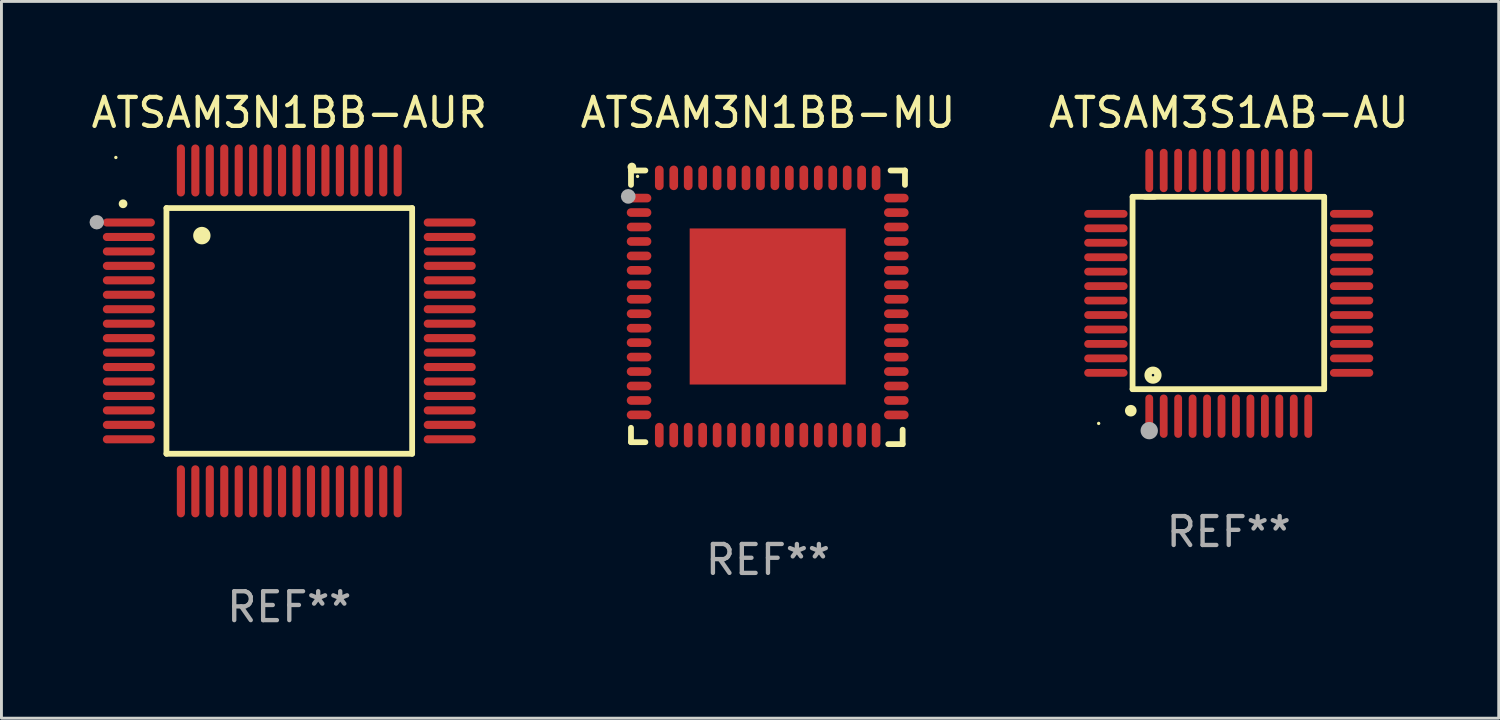
<source format=kicad_pcb>
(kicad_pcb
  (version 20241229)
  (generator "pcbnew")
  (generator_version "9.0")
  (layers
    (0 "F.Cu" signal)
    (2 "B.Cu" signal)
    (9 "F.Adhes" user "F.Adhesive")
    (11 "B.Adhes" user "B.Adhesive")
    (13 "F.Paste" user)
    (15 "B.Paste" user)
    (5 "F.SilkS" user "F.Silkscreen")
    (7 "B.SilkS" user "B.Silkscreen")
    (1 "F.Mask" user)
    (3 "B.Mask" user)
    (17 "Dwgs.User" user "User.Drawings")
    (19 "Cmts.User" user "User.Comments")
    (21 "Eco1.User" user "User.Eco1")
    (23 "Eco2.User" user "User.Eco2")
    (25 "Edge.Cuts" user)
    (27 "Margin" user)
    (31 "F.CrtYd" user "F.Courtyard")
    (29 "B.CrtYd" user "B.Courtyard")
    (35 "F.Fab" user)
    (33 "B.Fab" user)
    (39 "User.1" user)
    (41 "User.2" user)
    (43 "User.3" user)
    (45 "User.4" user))
  (footprint "ATSAM3N1BB-MU"
    (layer "F.Cu")
    (at 23.518 7.581)
    (property "Reference" "ATSAM3N1BB-MU" (at 0 -6.733 0) (layer "F.SilkS") (effects (font (size 1 1) (thickness 0.15))))
    (attr through_hole)
    (fp_line (start -4.739 -4.733) (end -4.241 -4.733) (stroke (width 0.2) (type solid)) (layer "F.SilkS"))
    (fp_line (start -4.739 -4.235) (end -4.739 -4.733) (stroke (width 0.2) (type solid)) (layer "F.SilkS"))
    (fp_line (start -4.739 4.168) (end -4.739 4.665) (stroke (width 0.2) (type solid)) (layer "F.SilkS"))
    (fp_line (start -4.739 4.665) (end -4.241 4.665) (stroke (width 0.2) (type solid)) (layer "F.SilkS"))
    (fp_line (start 4.161 4.733) (end 4.659 4.733) (stroke (width 0.2) (type solid)) (layer "F.SilkS"))
    (fp_line (start 4.241 -4.733) (end 4.739 -4.733) (stroke (width 0.2) (type solid)) (layer "F.SilkS"))
    (fp_line (start 4.659 4.733) (end 4.659 4.235) (stroke (width 0.2) (type solid)) (layer "F.SilkS"))
    (fp_line (start 4.739 -4.733) (end 4.739 -4.235) (stroke (width 0.2) (type solid)) (layer "F.SilkS"))
    (fp_arc (start -4.708623 -4.85108) (mid -4.708628 -4.85235) (end -4.708623 -4.85362) (stroke (width 0.3) (type solid)) (layer "F.SilkS"))
    (fp_circle (center -4.511 -4.529) (end -4.481 -4.529) (stroke (width 0.06) (type solid)) (fill no) (layer "F.SilkS"))
    (fp_circle (center -4.835 -3.838) (end -4.708 -3.838) (stroke (width 0.254) (type solid)) (fill no) (layer "F.Fab"))
    (fp_text user "REF**" (at 0 8.733 0) (layer "F.Fab") (effects (font (size 1 1) (thickness 0.15))))
    (pad "1" smd oval (at -4.46 -3.778) (size 0.85 0.3) (layers "F.Cu" "F.Mask" "F.Paste"))
    (pad "2" smd oval (at -4.46 -3.278) (size 0.85 0.3) (layers "F.Cu" "F.Mask" "F.Paste"))
    (pad "3" smd oval (at -4.46 -2.778) (size 0.85 0.3) (layers "F.Cu" "F.Mask" "F.Paste"))
    (pad "4" smd oval (at -4.46 -2.278) (size 0.85 0.3) (layers "F.Cu" "F.Mask" "F.Paste"))
    (pad "5" smd oval (at -4.46 -1.778) (size 0.85 0.3) (layers "F.Cu" "F.Mask" "F.Paste"))
    (pad "6" smd oval (at -4.46 -1.278) (size 0.85 0.3) (layers "F.Cu" "F.Mask" "F.Paste"))
    (pad "7" smd oval (at -4.46 -0.778) (size 0.85 0.3) (layers "F.Cu" "F.Mask" "F.Paste"))
    (pad "8" smd oval (at -4.46 -0.278) (size 0.85 0.3) (layers "F.Cu" "F.Mask" "F.Paste"))
    (pad "9" smd oval (at -4.46 0.222) (size 0.85 0.3) (layers "F.Cu" "F.Mask" "F.Paste"))
    (pad "10" smd oval (at -4.46 0.722) (size 0.85 0.3) (layers "F.Cu" "F.Mask" "F.Paste"))
    (pad "11" smd oval (at -4.46 1.222) (size 0.85 0.3) (layers "F.Cu" "F.Mask" "F.Paste"))
    (pad "12" smd oval (at -4.46 1.722) (size 0.85 0.3) (layers "F.Cu" "F.Mask" "F.Paste"))
    (pad "13" smd oval (at -4.46 2.222) (size 0.85 0.3) (layers "F.Cu" "F.Mask" "F.Paste"))
    (pad "14" smd oval (at -4.46 2.722) (size 0.85 0.3) (layers "F.Cu" "F.Mask" "F.Paste"))
    (pad "15" smd oval (at -4.46 3.222) (size 0.85 0.3) (layers "F.Cu" "F.Mask" "F.Paste"))
    (pad "16" smd oval (at -4.46 3.722) (size 0.85 0.3) (layers "F.Cu" "F.Mask" "F.Paste"))
    (pad "17" smd oval (at -3.76 4.422) (size 0.3 0.85) (layers "F.Cu" "F.Mask" "F.Paste"))
    (pad "18" smd oval (at -3.26 4.422) (size 0.3 0.85) (layers "F.Cu" "F.Mask" "F.Paste"))
    (pad "19" smd oval (at -2.76 4.422) (size 0.3 0.85) (layers "F.Cu" "F.Mask" "F.Paste"))
    (pad "20" smd oval (at -2.26 4.422) (size 0.3 0.85) (layers "F.Cu" "F.Mask" "F.Paste"))
    (pad "21" smd oval (at -1.76 4.422) (size 0.3 0.85) (layers "F.Cu" "F.Mask" "F.Paste"))
    (pad "22" smd oval (at -1.26 4.422) (size 0.3 0.85) (layers "F.Cu" "F.Mask" "F.Paste"))
    (pad "23" smd oval (at -0.76 4.422) (size 0.3 0.85) (layers "F.Cu" "F.Mask" "F.Paste"))
    (pad "24" smd oval (at -0.26 4.422) (size 0.3 0.85) (layers "F.Cu" "F.Mask" "F.Paste"))
    (pad "25" smd oval (at 0.24 4.422) (size 0.3 0.85) (layers "F.Cu" "F.Mask" "F.Paste"))
    (pad "26" smd oval (at 0.74 4.422) (size 0.3 0.85) (layers "F.Cu" "F.Mask" "F.Paste"))
    (pad "27" smd oval (at 1.24 4.422) (size 0.3 0.85) (layers "F.Cu" "F.Mask" "F.Paste"))
    (pad "28" smd oval (at 1.74 4.422) (size 0.3 0.85) (layers "F.Cu" "F.Mask" "F.Paste"))
    (pad "29" smd oval (at 2.24 4.422) (size 0.3 0.85) (layers "F.Cu" "F.Mask" "F.Paste"))
    (pad "30" smd oval (at 2.74 4.422) (size 0.3 0.85) (layers "F.Cu" "F.Mask" "F.Paste"))
    (pad "31" smd oval (at 3.24 4.422) (size 0.3 0.85) (layers "F.Cu" "F.Mask" "F.Paste"))
    (pad "32" smd oval (at 3.74 4.422) (size 0.3 0.85) (layers "F.Cu" "F.Mask" "F.Paste"))
    (pad "33" smd oval (at 4.44 3.723) (size 0.85 0.3) (layers "F.Cu" "F.Mask" "F.Paste"))
    (pad "34" smd oval (at 4.44 3.222) (size 0.85 0.3) (layers "F.Cu" "F.Mask" "F.Paste"))
    (pad "35" smd oval (at 4.44 2.723) (size 0.85 0.3) (layers "F.Cu" "F.Mask" "F.Paste"))
    (pad "36" smd oval (at 4.44 2.222) (size 0.85 0.3) (layers "F.Cu" "F.Mask" "F.Paste"))
    (pad "37" smd oval (at 4.44 1.723) (size 0.85 0.3) (layers "F.Cu" "F.Mask" "F.Paste"))
    (pad "38" smd oval (at 4.44 1.222) (size 0.85 0.3) (layers "F.Cu" "F.Mask" "F.Paste"))
    (pad "39" smd oval (at 4.44 0.723) (size 0.85 0.3) (layers "F.Cu" "F.Mask" "F.Paste"))
    (pad "40" smd oval (at 4.44 0.222) (size 0.85 0.3) (layers "F.Cu" "F.Mask" "F.Paste"))
    (pad "41" smd oval (at 4.44 -0.277) (size 0.85 0.3) (layers "F.Cu" "F.Mask" "F.Paste"))
    (pad "42" smd oval (at 4.44 -0.778) (size 0.85 0.3) (layers "F.Cu" "F.Mask" "F.Paste"))
    (pad "43" smd oval (at 4.44 -1.277) (size 0.85 0.3) (layers "F.Cu" "F.Mask" "F.Paste"))
    (pad "44" smd oval (at 4.44 -1.778) (size 0.85 0.3) (layers "F.Cu" "F.Mask" "F.Paste"))
    (pad "45" smd oval (at 4.44 -2.277) (size 0.85 0.3) (layers "F.Cu" "F.Mask" "F.Paste"))
    (pad "46" smd oval (at 4.44 -2.778) (size 0.85 0.3) (layers "F.Cu" "F.Mask" "F.Paste"))
    (pad "47" smd oval (at 4.44 -3.277) (size 0.85 0.3) (layers "F.Cu" "F.Mask" "F.Paste"))
    (pad "48" smd oval (at 4.44 -3.778) (size 0.85 0.3) (layers "F.Cu" "F.Mask" "F.Paste"))
    (pad "49" smd oval (at 3.74 -4.478) (size 0.3 0.85) (layers "F.Cu" "F.Mask" "F.Paste"))
    (pad "50" smd oval (at 3.24 -4.478) (size 0.3 0.85) (layers "F.Cu" "F.Mask" "F.Paste"))
    (pad "51" smd oval (at 2.74 -4.478) (size 0.3 0.85) (layers "F.Cu" "F.Mask" "F.Paste"))
    (pad "52" smd oval (at 2.24 -4.478) (size 0.3 0.85) (layers "F.Cu" "F.Mask" "F.Paste"))
    (pad "53" smd oval (at 1.74 -4.478) (size 0.3 0.85) (layers "F.Cu" "F.Mask" "F.Paste"))
    (pad "54" smd oval (at 1.24 -4.478) (size 0.3 0.85) (layers "F.Cu" "F.Mask" "F.Paste"))
    (pad "55" smd oval (at 0.74 -4.478) (size 0.3 0.85) (layers "F.Cu" "F.Mask" "F.Paste"))
    (pad "56" smd oval (at 0.24 -4.478) (size 0.3 0.85) (layers "F.Cu" "F.Mask" "F.Paste"))
    (pad "57" smd oval (at -0.26 -4.478) (size 0.3 0.85) (layers "F.Cu" "F.Mask" "F.Paste"))
    (pad "58" smd oval (at -0.76 -4.478) (size 0.3 0.85) (layers "F.Cu" "F.Mask" "F.Paste"))
    (pad "59" smd oval (at -1.26 -4.478) (size 0.3 0.85) (layers "F.Cu" "F.Mask" "F.Paste"))
    (pad "60" smd oval (at -1.76 -4.478) (size 0.3 0.85) (layers "F.Cu" "F.Mask" "F.Paste"))
    (pad "61" smd oval (at -2.26 -4.478) (size 0.3 0.85) (layers "F.Cu" "F.Mask" "F.Paste"))
    (pad "62" smd oval (at -2.76 -4.478) (size 0.3 0.85) (layers "F.Cu" "F.Mask" "F.Paste"))
    (pad "63" smd oval (at -3.26 -4.478) (size 0.3 0.85) (layers "F.Cu" "F.Mask" "F.Paste"))
    (pad "64" smd oval (at -3.76 -4.478) (size 0.3 0.85) (layers "F.Cu" "F.Mask" "F.Paste"))
    (pad "65" smd rect (at -0.009 -0.028 90) (size 5.4 5.4) (layers "F.Cu" "F.Mask" "F.Paste")))
  (footprint "ATSAM3N1BB-AUR"
    (layer "F.Cu")
    (at 6.958 8.398)
    (property "Reference" "ATSAM3N1BB-AUR" (at 0 -7.55 0) (layer "F.SilkS") (effects (font (size 1 1) (thickness 0.15))))
    (attr through_hole)
    (fp_line (start -4.25 -4.25) (end -4.25 4.25) (stroke (width 0.2) (type solid)) (layer "F.SilkS"))
    (fp_line (start -4.25 4.25) (end 4.25 4.25) (stroke (width 0.2) (type solid)) (layer "F.SilkS"))
    (fp_line (start 4.25 -4.25) (end -4.25 -4.25) (stroke (width 0.2) (type solid)) (layer "F.SilkS"))
    (fp_line (start 4.25 4.25) (end 4.25 -4.25) (stroke (width 0.2) (type solid)) (layer "F.SilkS"))
    (fp_arc (start -5.750572 -4.396749) (mid -5.750577 -4.398019) (end -5.750572 -4.399289) (stroke (width 0.3) (type solid)) (layer "F.SilkS"))
    (fp_arc (start -3.025146 -3.294387) (mid -3.025157 -3.296927) (end -3.025146 -3.299467) (stroke (width 0.6) (type solid)) (layer "F.SilkS"))
    (fp_circle (center -6 -6) (end -5.97 -6) (stroke (width 0.06) (type solid)) (fill no) (layer "F.SilkS"))
    (fp_circle (center -6.66 -3.76) (end -6.535 -3.76) (stroke (width 0.25) (type solid)) (fill no) (layer "F.Fab"))
    (fp_text user "REF**" (at 0 9.55 0) (layer "F.Fab") (effects (font (size 1 1) (thickness 0.15))))
    (pad "1" smd oval (at -5.55 -3.75) (size 1.8 0.28) (layers "F.Cu" "F.Mask" "F.Paste"))
    (pad "2" smd oval (at -5.55 -3.25) (size 1.8 0.28) (layers "F.Cu" "F.Mask" "F.Paste"))
    (pad "3" smd oval (at -5.55 -2.75) (size 1.8 0.28) (layers "F.Cu" "F.Mask" "F.Paste"))
    (pad "4" smd oval (at -5.55 -2.25) (size 1.8 0.28) (layers "F.Cu" "F.Mask" "F.Paste"))
    (pad "5" smd oval (at -5.55 -1.75) (size 1.8 0.28) (layers "F.Cu" "F.Mask" "F.Paste"))
    (pad "6" smd oval (at -5.55 -1.25) (size 1.8 0.28) (layers "F.Cu" "F.Mask" "F.Paste"))
    (pad "7" smd oval (at -5.55 -0.75) (size 1.8 0.28) (layers "F.Cu" "F.Mask" "F.Paste"))
    (pad "8" smd oval (at -5.55 -0.25) (size 1.8 0.28) (layers "F.Cu" "F.Mask" "F.Paste"))
    (pad "9" smd oval (at -5.55 0.25) (size 1.8 0.28) (layers "F.Cu" "F.Mask" "F.Paste"))
    (pad "10" smd oval (at -5.55 0.75) (size 1.8 0.28) (layers "F.Cu" "F.Mask" "F.Paste"))
    (pad "11" smd oval (at -5.55 1.25) (size 1.8 0.28) (layers "F.Cu" "F.Mask" "F.Paste"))
    (pad "12" smd oval (at -5.55 1.75) (size 1.8 0.28) (layers "F.Cu" "F.Mask" "F.Paste"))
    (pad "13" smd oval (at -5.55 2.25) (size 1.8 0.28) (layers "F.Cu" "F.Mask" "F.Paste"))
    (pad "14" smd oval (at -5.55 2.75) (size 1.8 0.28) (layers "F.Cu" "F.Mask" "F.Paste"))
    (pad "15" smd oval (at -5.55 3.25) (size 1.8 0.28) (layers "F.Cu" "F.Mask" "F.Paste"))
    (pad "16" smd oval (at -5.55 3.75) (size 1.8 0.28) (layers "F.Cu" "F.Mask" "F.Paste"))
    (pad "17" smd oval (at -3.75 5.55) (size 0.28 1.8) (layers "F.Cu" "F.Mask" "F.Paste"))
    (pad "18" smd oval (at -3.25 5.55) (size 0.28 1.8) (layers "F.Cu" "F.Mask" "F.Paste"))
    (pad "19" smd oval (at -2.75 5.55) (size 0.28 1.8) (layers "F.Cu" "F.Mask" "F.Paste"))
    (pad "20" smd oval (at -2.25 5.55) (size 0.28 1.8) (layers "F.Cu" "F.Mask" "F.Paste"))
    (pad "21" smd oval (at -1.75 5.55) (size 0.28 1.8) (layers "F.Cu" "F.Mask" "F.Paste"))
    (pad "22" smd oval (at -1.25 5.55) (size 0.28 1.8) (layers "F.Cu" "F.Mask" "F.Paste"))
    (pad "23" smd oval (at -0.75 5.55) (size 0.28 1.8) (layers "F.Cu" "F.Mask" "F.Paste"))
    (pad "24" smd oval (at -0.25 5.55) (size 0.28 1.8) (layers "F.Cu" "F.Mask" "F.Paste"))
    (pad "25" smd oval (at 0.25 5.55) (size 0.28 1.8) (layers "F.Cu" "F.Mask" "F.Paste"))
    (pad "26" smd oval (at 0.75 5.55) (size 0.28 1.8) (layers "F.Cu" "F.Mask" "F.Paste"))
    (pad "27" smd oval (at 1.25 5.55) (size 0.28 1.8) (layers "F.Cu" "F.Mask" "F.Paste"))
    (pad "28" smd oval (at 1.75 5.55) (size 0.28 1.8) (layers "F.Cu" "F.Mask" "F.Paste"))
    (pad "29" smd oval (at 2.25 5.55) (size 0.28 1.8) (layers "F.Cu" "F.Mask" "F.Paste"))
    (pad "30" smd oval (at 2.75 5.55) (size 0.28 1.8) (layers "F.Cu" "F.Mask" "F.Paste"))
    (pad "31" smd oval (at 3.25 5.55) (size 0.28 1.8) (layers "F.Cu" "F.Mask" "F.Paste"))
    (pad "32" smd oval (at 3.75 5.55) (size 0.28 1.8) (layers "F.Cu" "F.Mask" "F.Paste"))
    (pad "33" smd oval (at 5.55 3.75) (size 1.8 0.28) (layers "F.Cu" "F.Mask" "F.Paste"))
    (pad "34" smd oval (at 5.55 3.25) (size 1.8 0.28) (layers "F.Cu" "F.Mask" "F.Paste"))
    (pad "35" smd oval (at 5.55 2.75) (size 1.8 0.28) (layers "F.Cu" "F.Mask" "F.Paste"))
    (pad "36" smd oval (at 5.55 2.25) (size 1.8 0.28) (layers "F.Cu" "F.Mask" "F.Paste"))
    (pad "37" smd oval (at 5.55 1.75) (size 1.8 0.28) (layers "F.Cu" "F.Mask" "F.Paste"))
    (pad "38" smd oval (at 5.55 1.25) (size 1.8 0.28) (layers "F.Cu" "F.Mask" "F.Paste"))
    (pad "39" smd oval (at 5.55 0.75) (size 1.8 0.28) (layers "F.Cu" "F.Mask" "F.Paste"))
    (pad "40" smd oval (at 5.55 0.25) (size 1.8 0.28) (layers "F.Cu" "F.Mask" "F.Paste"))
    (pad "41" smd oval (at 5.55 -0.25) (size 1.8 0.28) (layers "F.Cu" "F.Mask" "F.Paste"))
    (pad "42" smd oval (at 5.55 -0.75) (size 1.8 0.28) (layers "F.Cu" "F.Mask" "F.Paste"))
    (pad "43" smd oval (at 5.55 -1.25) (size 1.8 0.28) (layers "F.Cu" "F.Mask" "F.Paste"))
    (pad "44" smd oval (at 5.55 -1.75) (size 1.8 0.28) (layers "F.Cu" "F.Mask" "F.Paste"))
    (pad "45" smd oval (at 5.55 -2.25) (size 1.8 0.28) (layers "F.Cu" "F.Mask" "F.Paste"))
    (pad "46" smd oval (at 5.55 -2.75) (size 1.8 0.28) (layers "F.Cu" "F.Mask" "F.Paste"))
    (pad "47" smd oval (at 5.55 -3.25) (size 1.8 0.28) (layers "F.Cu" "F.Mask" "F.Paste"))
    (pad "48" smd oval (at 5.55 -3.75) (size 1.8 0.28) (layers "F.Cu" "F.Mask" "F.Paste"))
    (pad "49" smd oval (at 3.75 -5.55) (size 0.28 1.8) (layers "F.Cu" "F.Mask" "F.Paste"))
    (pad "50" smd oval (at 3.25 -5.55) (size 0.28 1.8) (layers "F.Cu" "F.Mask" "F.Paste"))
    (pad "51" smd oval (at 2.75 -5.55) (size 0.28 1.8) (layers "F.Cu" "F.Mask" "F.Paste"))
    (pad "52" smd oval (at 2.25 -5.55) (size 0.28 1.8) (layers "F.Cu" "F.Mask" "F.Paste"))
    (pad "53" smd oval (at 1.75 -5.55) (size 0.28 1.8) (layers "F.Cu" "F.Mask" "F.Paste"))
    (pad "54" smd oval (at 1.25 -5.55) (size 0.28 1.8) (layers "F.Cu" "F.Mask" "F.Paste"))
    (pad "55" smd oval (at 0.75 -5.55) (size 0.28 1.8) (layers "F.Cu" "F.Mask" "F.Paste"))
    (pad "56" smd oval (at 0.25 -5.55) (size 0.28 1.8) (layers "F.Cu" "F.Mask" "F.Paste"))
    (pad "57" smd oval (at -0.25 -5.55) (size 0.28 1.8) (layers "F.Cu" "F.Mask" "F.Paste"))
    (pad "58" smd oval (at -0.75 -5.55) (size 0.28 1.8) (layers "F.Cu" "F.Mask" "F.Paste"))
    (pad "59" smd oval (at -1.25 -5.55) (size 0.28 1.8) (layers "F.Cu" "F.Mask" "F.Paste"))
    (pad "60" smd oval (at -1.75 -5.55) (size 0.28 1.8) (layers "F.Cu" "F.Mask" "F.Paste"))
    (pad "61" smd oval (at -2.25 -5.55) (size 0.28 1.8) (layers "F.Cu" "F.Mask" "F.Paste"))
    (pad "62" smd oval (at -2.75 -5.55) (size 0.28 1.8) (layers "F.Cu" "F.Mask" "F.Paste"))
    (pad "63" smd oval (at -3.25 -5.55) (size 0.28 1.8) (layers "F.Cu" "F.Mask" "F.Paste"))
    (pad "64" smd oval (at -3.75 -5.55) (size 0.28 1.8) (layers "F.Cu" "F.Mask" "F.Paste")))
  (footprint "ATSAM3S1AB-AU"
    (layer "F.Cu")
    (at 39.458 7.098)
    (property "Reference" "ATSAM3S1AB-AU" (at 0 -6.25 0) (layer "F.SilkS") (effects (font (size 1 1) (thickness 0.15))))
    (attr through_hole)
    (fp_line (start -3.327 -3.34) (end -2.565 -3.34) (stroke (width 0.2) (type solid)) (layer "F.SilkS"))
    (fp_line (start -3.327 3.315) (end -3.327 -3.34) (stroke (width 0.2) (type solid)) (layer "F.SilkS"))
    (fp_line (start -2.896 -3.34) (end 3.302 -3.34) (stroke (width 0.2) (type solid)) (layer "F.SilkS"))
    (fp_line (start 3.302 -3.34) (end 3.302 3.315) (stroke (width 0.2) (type solid)) (layer "F.SilkS"))
    (fp_line (start 3.302 3.315) (end -3.327 3.315) (stroke (width 0.2) (type solid)) (layer "F.SilkS"))
    (fp_arc (start -3.389992 4.059995) (mid -3.388722 4.059991) (end -3.387452 4.059995) (stroke (width 0.4) (type solid)) (layer "F.SilkS"))
    (fp_circle (center -4.5 4.5) (end -4.47 4.5) (stroke (width 0.06) (type solid)) (fill no) (layer "F.SilkS"))
    (fp_circle (center -2.62 2.83) (end -2.45 2.83) (stroke (width 0.254) (type solid)) (fill no) (layer "F.SilkS"))
    (fp_circle (center -2.75 4.75) (end -2.6 4.75) (stroke (width 0.3) (type solid)) (fill no) (layer "F.Fab"))
    (fp_text user "REF**" (at 0 8.25 0) (layer "F.Fab") (effects (font (size 1 1) (thickness 0.15))))
    (pad "1" smd oval (at -2.75 4.25) (size 0.27 1.5) (layers "F.Cu" "F.Mask" "F.Paste"))
    (pad "2" smd oval (at -2.25 4.25) (size 0.27 1.5) (layers "F.Cu" "F.Mask" "F.Paste"))
    (pad "3" smd oval (at -1.75 4.25) (size 0.27 1.5) (layers "F.Cu" "F.Mask" "F.Paste"))
    (pad "4" smd oval (at -1.25 4.25) (size 0.27 1.5) (layers "F.Cu" "F.Mask" "F.Paste"))
    (pad "5" smd oval (at -0.75 4.25) (size 0.27 1.5) (layers "F.Cu" "F.Mask" "F.Paste"))
    (pad "6" smd oval (at -0.25 4.25) (size 0.27 1.5) (layers "F.Cu" "F.Mask" "F.Paste"))
    (pad "7" smd oval (at 0.25 4.25) (size 0.27 1.5) (layers "F.Cu" "F.Mask" "F.Paste"))
    (pad "8" smd oval (at 0.75 4.25) (size 0.27 1.5) (layers "F.Cu" "F.Mask" "F.Paste"))
    (pad "9" smd oval (at 1.25 4.25) (size 0.27 1.5) (layers "F.Cu" "F.Mask" "F.Paste"))
    (pad "10" smd oval (at 1.75 4.25) (size 0.27 1.5) (layers "F.Cu" "F.Mask" "F.Paste"))
    (pad "11" smd oval (at 2.25 4.25) (size 0.27 1.5) (layers "F.Cu" "F.Mask" "F.Paste"))
    (pad "12" smd oval (at 2.75 4.25) (size 0.27 1.5) (layers "F.Cu" "F.Mask" "F.Paste"))
    (pad "13" smd oval (at 4.25 2.75) (size 1.5 0.27) (layers "F.Cu" "F.Mask" "F.Paste"))
    (pad "14" smd oval (at 4.25 2.25) (size 1.5 0.27) (layers "F.Cu" "F.Mask" "F.Paste"))
    (pad "15" smd oval (at 4.25 1.75) (size 1.5 0.27) (layers "F.Cu" "F.Mask" "F.Paste"))
    (pad "16" smd oval (at 4.25 1.25) (size 1.5 0.27) (layers "F.Cu" "F.Mask" "F.Paste"))
    (pad "17" smd oval (at 4.25 0.75) (size 1.5 0.27) (layers "F.Cu" "F.Mask" "F.Paste"))
    (pad "18" smd oval (at 4.25 0.25) (size 1.5 0.27) (layers "F.Cu" "F.Mask" "F.Paste"))
    (pad "19" smd oval (at 4.25 -0.25) (size 1.5 0.27) (layers "F.Cu" "F.Mask" "F.Paste"))
    (pad "20" smd oval (at 4.25 -0.75) (size 1.5 0.27) (layers "F.Cu" "F.Mask" "F.Paste"))
    (pad "21" smd oval (at 4.25 -1.25) (size 1.5 0.27) (layers "F.Cu" "F.Mask" "F.Paste"))
    (pad "22" smd oval (at 4.25 -1.75) (size 1.5 0.27) (layers "F.Cu" "F.Mask" "F.Paste"))
    (pad "23" smd oval (at 4.25 -2.25) (size 1.5 0.27) (layers "F.Cu" "F.Mask" "F.Paste"))
    (pad "24" smd oval (at 4.25 -2.75) (size 1.5 0.27) (layers "F.Cu" "F.Mask" "F.Paste"))
    (pad "25" smd oval (at 2.75 -4.25) (size 0.27 1.5) (layers "F.Cu" "F.Mask" "F.Paste"))
    (pad "26" smd oval (at 2.25 -4.25) (size 0.27 1.5) (layers "F.Cu" "F.Mask" "F.Paste"))
    (pad "27" smd oval (at 1.75 -4.25) (size 0.27 1.5) (layers "F.Cu" "F.Mask" "F.Paste"))
    (pad "28" smd oval (at 1.25 -4.25) (size 0.27 1.5) (layers "F.Cu" "F.Mask" "F.Paste"))
    (pad "29" smd oval (at 0.75 -4.25) (size 0.27 1.5) (layers "F.Cu" "F.Mask" "F.Paste"))
    (pad "30" smd oval (at 0.25 -4.25) (size 0.27 1.5) (layers "F.Cu" "F.Mask" "F.Paste"))
    (pad "31" smd oval (at -0.25 -4.25) (size 0.27 1.5) (layers "F.Cu" "F.Mask" "F.Paste"))
    (pad "32" smd oval (at -0.75 -4.25) (size 0.27 1.5) (layers "F.Cu" "F.Mask" "F.Paste"))
    (pad "33" smd oval (at -1.25 -4.25) (size 0.27 1.5) (layers "F.Cu" "F.Mask" "F.Paste"))
    (pad "34" smd oval (at -1.75 -4.25) (size 0.27 1.5) (layers "F.Cu" "F.Mask" "F.Paste"))
    (pad "35" smd oval (at -2.25 -4.25) (size 0.27 1.5) (layers "F.Cu" "F.Mask" "F.Paste"))
    (pad "36" smd oval (at -2.75 -4.25) (size 0.27 1.5) (layers "F.Cu" "F.Mask" "F.Paste"))
    (pad "37" smd oval (at -4.25 -2.75) (size 1.5 0.27) (layers "F.Cu" "F.Mask" "F.Paste"))
    (pad "38" smd oval (at -4.25 -2.25) (size 1.5 0.27) (layers "F.Cu" "F.Mask" "F.Paste"))
    (pad "39" smd oval (at -4.25 -1.75) (size 1.5 0.27) (layers "F.Cu" "F.Mask" "F.Paste"))
    (pad "40" smd oval (at -4.25 -1.25) (size 1.5 0.27) (layers "F.Cu" "F.Mask" "F.Paste"))
    (pad "41" smd oval (at -4.25 -0.75) (size 1.5 0.27) (layers "F.Cu" "F.Mask" "F.Paste"))
    (pad "42" smd oval (at -4.25 -0.25) (size 1.5 0.27) (layers "F.Cu" "F.Mask" "F.Paste"))
    (pad "43" smd oval (at -4.25 0.25) (size 1.5 0.27) (layers "F.Cu" "F.Mask" "F.Paste"))
    (pad "44" smd oval (at -4.25 0.75) (size 1.5 0.27) (layers "F.Cu" "F.Mask" "F.Paste"))
    (pad "45" smd oval (at -4.25 1.25) (size 1.5 0.27) (layers "F.Cu" "F.Mask" "F.Paste"))
    (pad "46" smd oval (at -4.25 1.75) (size 1.5 0.27) (layers "F.Cu" "F.Mask" "F.Paste"))
    (pad "47" smd oval (at -4.25 2.25) (size 1.5 0.27) (layers "F.Cu" "F.Mask" "F.Paste"))
    (pad "48" smd oval (at -4.25 2.75) (size 1.5 0.27) (layers "F.Cu" "F.Mask" "F.Paste")))
  (gr_rect
    (start -3 -3)
    (end 48.798 21.796)
    (stroke (width 0.1) (type default))
    (fill no)
    (layer "Edge.Cuts")))
</source>
